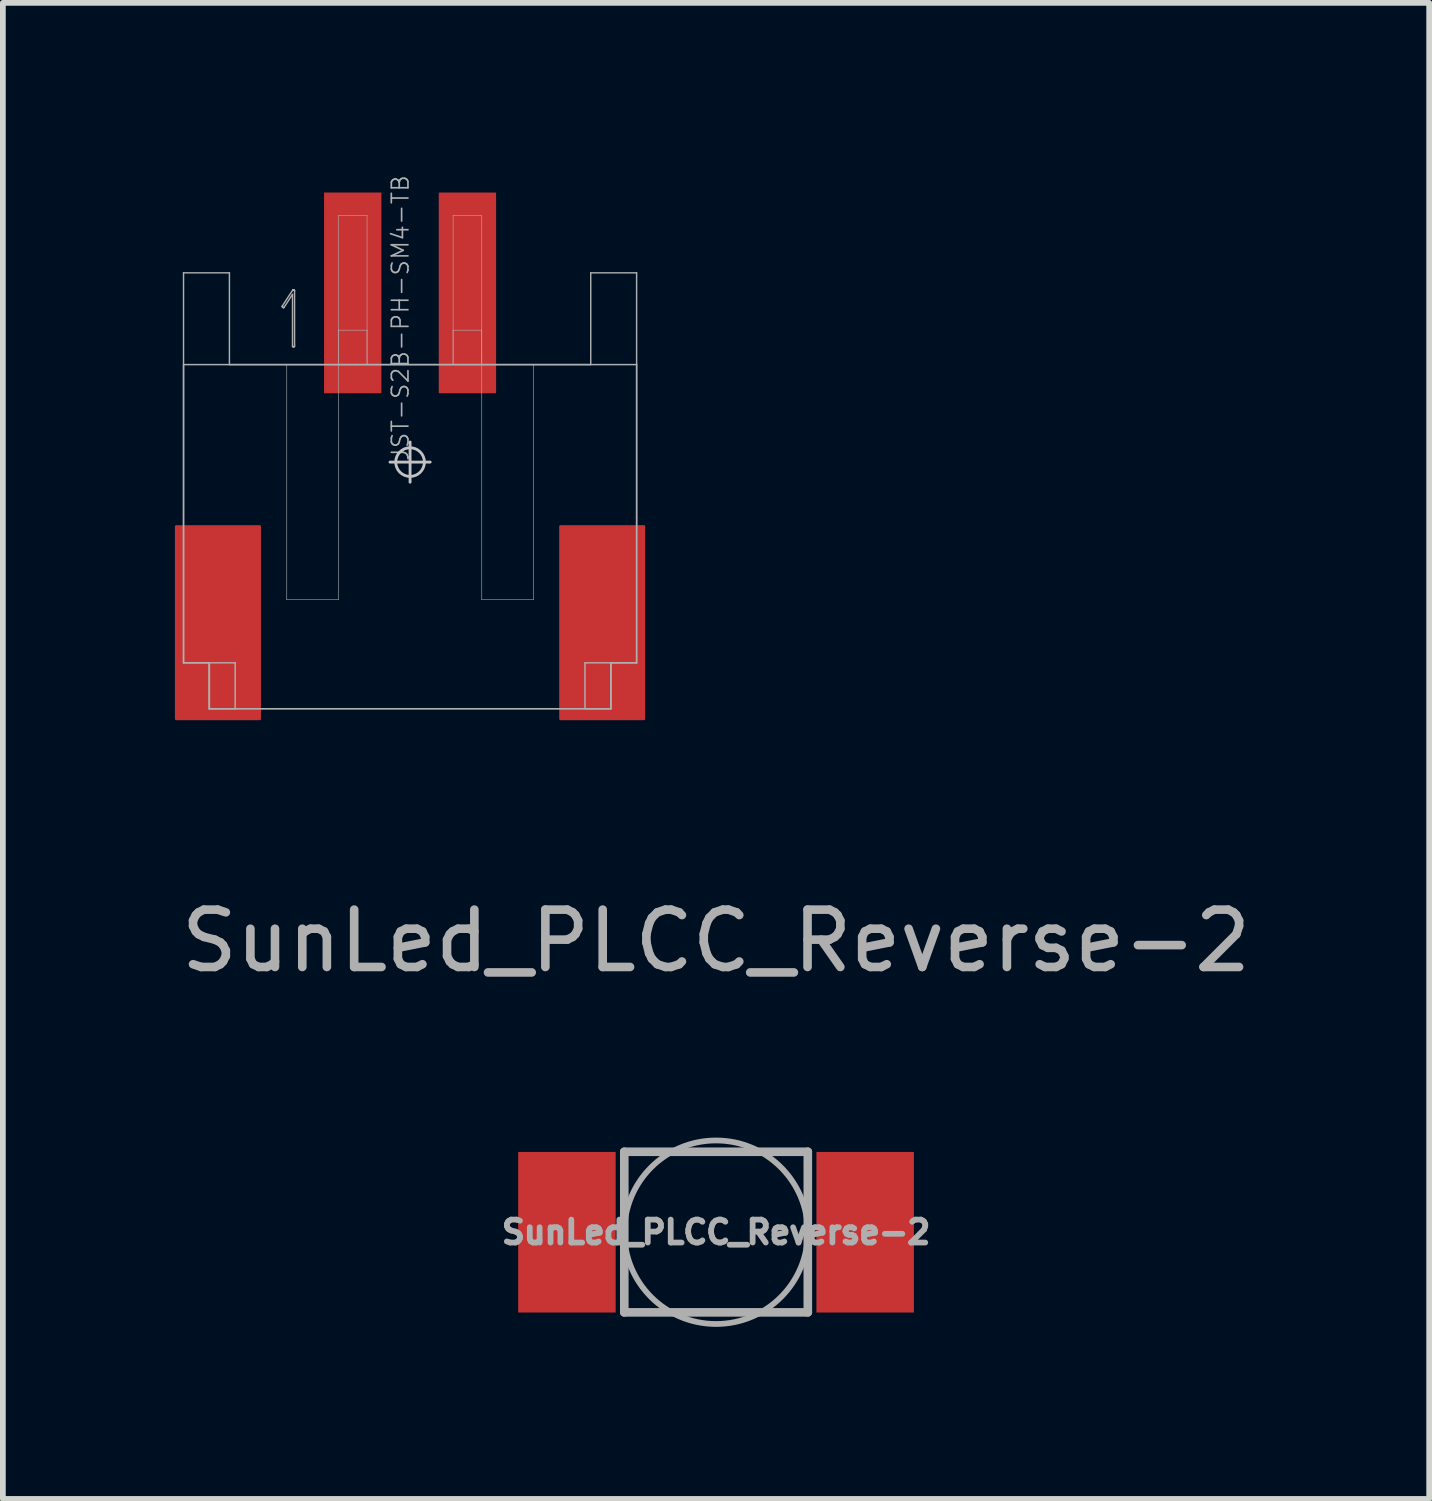
<source format=kicad_pcb>
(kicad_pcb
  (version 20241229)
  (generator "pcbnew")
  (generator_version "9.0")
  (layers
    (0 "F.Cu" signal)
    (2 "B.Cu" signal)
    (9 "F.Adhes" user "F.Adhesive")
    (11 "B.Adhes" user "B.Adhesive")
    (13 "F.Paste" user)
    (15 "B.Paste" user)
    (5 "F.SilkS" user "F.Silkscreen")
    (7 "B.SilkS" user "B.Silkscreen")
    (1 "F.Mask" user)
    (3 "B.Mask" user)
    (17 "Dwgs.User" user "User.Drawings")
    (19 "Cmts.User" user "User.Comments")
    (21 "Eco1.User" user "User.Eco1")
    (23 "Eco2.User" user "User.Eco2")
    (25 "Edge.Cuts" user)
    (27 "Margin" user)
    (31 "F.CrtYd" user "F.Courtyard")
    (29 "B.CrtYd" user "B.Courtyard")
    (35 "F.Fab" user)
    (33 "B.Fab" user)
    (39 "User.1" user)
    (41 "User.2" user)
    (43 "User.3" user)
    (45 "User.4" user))
  (footprint "SunLed_PLCC_Reverse-2"
    (layer "F.Cu")
    (at 9.435 18.435)
    (property "Reference" "SunLed_PLCC_Reverse-2" (at 0 -5.08 0) (layer "F.Fab") (effects (font (size 1 1) (thickness 0.15))))
    (attr smd)
    (fp_line (start -1.6 -1.403) (end -1.6 1.397) (stroke (width 0.15) (type solid)) (layer "F.Fab"))
    (fp_line (start -1.6 -1.403) (end 1.6 -1.403) (stroke (width 0.15) (type solid)) (layer "F.Fab"))
    (fp_line (start -1.6 1.397) (end 1.6 1.397) (stroke (width 0.15) (type solid)) (layer "F.Fab"))
    (fp_line (start 1.6 -1.403) (end 1.6 1.397) (stroke (width 0.15) (type solid)) (layer "F.Fab"))
    (fp_circle (center 0 0) (end 1.6 0) (stroke (width 0.1) (type solid)) (fill no) (layer "F.Fab"))
    (fp_text user "${REFERENCE}" (at 0 0 0) (layer "F.Fab") (effects (font (size 0.4 0.4) (thickness 0.1))))
    (pad "1" smd rect (at -2.6 0) (size 1.7 2.8) (layers "F.Cu" "F.Mask" "F.Paste"))
    (pad "2" smd rect (at 2.6 0) (size 1.7 2.8) (layers "F.Cu" "F.Mask" "F.Paste")))
  (footprint "JST-S2B-PH-SM4-TB"
    (layer "F.Cu")
    (at 4.1 5.007)
    (property "Reference" "JST-S2B-PH-SM4-TB" (at 0 0 90) (layer "F.Fab") (effects (font (size 0.29 0.29) (thickness 0.029)) (justify left bottom)))
    (attr through_hole)
    (fp_line (start 0 0.35) (end 0 -0.35) (stroke (width 0.05) (type solid)) (layer "Dwgs.User"))
    (fp_line (start 0.35 0) (end -0.35 0) (stroke (width 0.05) (type solid)) (layer "Dwgs.User"))
    (fp_circle (center 0 0) (end 0.25 0) (stroke (width 0.05) (type solid)) (fill no) (layer "Dwgs.User"))
    (fp_line (start -3.95 -3.3) (end -3.15 -3.3) (stroke (width 0.025) (type solid)) (layer "F.Fab"))
    (fp_line (start -3.95 -1.7) (end 3.95 -1.7) (stroke (width 0.025) (type solid)) (layer "F.Fab"))
    (fp_line (start -3.95 3.5) (end -3.95 -3.3) (stroke (width 0.025) (type solid)) (layer "F.Fab"))
    (fp_line (start -3.95 3.5) (end -3.95 -1.7) (stroke (width 0.025) (type solid)) (layer "F.Fab"))
    (fp_line (start -3.5 3.5) (end -3.95 3.5) (stroke (width 0.025) (type solid)) (layer "F.Fab"))
    (fp_line (start -3.5 3.5) (end -3.95 3.5) (stroke (width 0.025) (type solid)) (layer "F.Fab"))
    (fp_line (start -3.5 3.5) (end -3.5 4.3) (stroke (width 0.025) (type solid)) (layer "F.Fab"))
    (fp_line (start -3.5 4.3) (end -3.5 3.5) (stroke (width 0.025) (type solid)) (layer "F.Fab"))
    (fp_line (start -3.5 4.3) (end -3.5 3.5) (stroke (width 0.025) (type solid)) (layer "F.Fab"))
    (fp_line (start -3.5 4.3) (end -3.05 4.3) (stroke (width 0.025) (type solid)) (layer "F.Fab"))
    (fp_line (start -3.15 -3.3) (end -3.15 -1.7) (stroke (width 0.025) (type solid)) (layer "F.Fab"))
    (fp_line (start -3.15 -1.7) (end 3.15 -1.7) (stroke (width 0.025) (type solid)) (layer "F.Fab"))
    (fp_line (start -3.05 3.5) (end -3.5 3.5) (stroke (width 0.025) (type solid)) (layer "F.Fab"))
    (fp_line (start -3.05 4.3) (end -3.05 3.5) (stroke (width 0.025) (type solid)) (layer "F.Fab"))
    (fp_line (start -2.228 -2.717) (end -2.228 -2.71) (stroke (width 0.025) (type solid)) (layer "F.Fab"))
    (fp_line (start -2.228 -2.71) (end -2.225 -2.704) (stroke (width 0.025) (type solid)) (layer "F.Fab"))
    (fp_line (start -2.226 -2.724) (end -2.228 -2.717) (stroke (width 0.025) (type solid)) (layer "F.Fab"))
    (fp_line (start -2.225 -2.704) (end -2.22 -2.699) (stroke (width 0.025) (type solid)) (layer "F.Fab"))
    (fp_line (start -2.22 -2.699) (end -2.214 -2.695) (stroke (width 0.025) (type solid)) (layer "F.Fab"))
    (fp_line (start -2.214 -2.695) (end -2.208 -2.693) (stroke (width 0.025) (type solid)) (layer "F.Fab"))
    (fp_line (start -2.208 -2.693) (end -2.202 -2.694) (stroke (width 0.025) (type solid)) (layer "F.Fab"))
    (fp_line (start -2.202 -2.694) (end -2.197 -2.699) (stroke (width 0.025) (type solid)) (layer "F.Fab"))
    (fp_line (start -2.197 -2.699) (end -2.05 -2.924) (stroke (width 0.025) (type solid)) (layer "F.Fab"))
    (fp_line (start -2.15 -1.7) (end -2.15 2.4) (stroke (width 0.01) (type solid)) (layer "F.Fab"))
    (fp_line (start -2.15 2.4) (end -1.25 2.4) (stroke (width 0.01) (type solid)) (layer "F.Fab"))
    (fp_line (start -2.05 -2.924) (end -2.05 -2.026) (stroke (width 0.025) (type solid)) (layer "F.Fab"))
    (fp_line (start -2.05 -2.026) (end -2.049 -2.019) (stroke (width 0.025) (type solid)) (layer "F.Fab"))
    (fp_line (start -2.049 -2.019) (end -2.044 -2.013) (stroke (width 0.025) (type solid)) (layer "F.Fab"))
    (fp_line (start -2.047 -2.998) (end -2.226 -2.724) (stroke (width 0.025) (type solid)) (layer "F.Fab"))
    (fp_line (start -2.044 -2.013) (end -2.038 -2.01) (stroke (width 0.025) (type solid)) (layer "F.Fab"))
    (fp_line (start -2.043 -3.002) (end -2.047 -2.998) (stroke (width 0.025) (type solid)) (layer "F.Fab"))
    (fp_line (start -2.039 -3.004) (end -2.043 -3.002) (stroke (width 0.025) (type solid)) (layer "F.Fab"))
    (fp_line (start -2.038 -2.01) (end -2.033 -2.009) (stroke (width 0.025) (type solid)) (layer "F.Fab"))
    (fp_line (start -2.035 -3.004) (end -2.039 -3.004) (stroke (width 0.025) (type solid)) (layer "F.Fab"))
    (fp_line (start -2.033 -2.009) (end -2.026 -2.01) (stroke (width 0.025) (type solid)) (layer "F.Fab"))
    (fp_line (start -2.03 -3.002) (end -2.035 -3.004) (stroke (width 0.025) (type solid)) (layer "F.Fab"))
    (fp_line (start -2.026 -2.01) (end -2.02 -2.013) (stroke (width 0.025) (type solid)) (layer "F.Fab"))
    (fp_line (start -2.023 -3.001) (end -2.03 -3.002) (stroke (width 0.025) (type solid)) (layer "F.Fab"))
    (fp_line (start -2.02 -2.013) (end -2.015 -2.019) (stroke (width 0.025) (type solid)) (layer "F.Fab"))
    (fp_line (start -2.018 -2.998) (end -2.023 -3.001) (stroke (width 0.025) (type solid)) (layer "F.Fab"))
    (fp_line (start -2.015 -2.993) (end -2.018 -2.998) (stroke (width 0.025) (type solid)) (layer "F.Fab"))
    (fp_line (start -2.015 -2.019) (end -2.014 -2.026) (stroke (width 0.025) (type solid)) (layer "F.Fab"))
    (fp_line (start -2.014 -2.986) (end -2.015 -2.993) (stroke (width 0.025) (type solid)) (layer "F.Fab"))
    (fp_line (start -2.014 -2.026) (end -2.014 -2.986) (stroke (width 0.025) (type solid)) (layer "F.Fab"))
    (fp_line (start -1.25 -4.3) (end -1.25 -1.7) (stroke (width 0.01) (type solid)) (layer "F.Fab"))
    (fp_line (start -1.25 -2.3) (end -1.25 -1.7) (stroke (width 0.01) (type solid)) (layer "F.Fab"))
    (fp_line (start -1.25 -1.7) (end -2.15 -1.7) (stroke (width 0.01) (type solid)) (layer "F.Fab"))
    (fp_line (start -1.25 -1.7) (end -0.75 -1.7) (stroke (width 0.01) (type solid)) (layer "F.Fab"))
    (fp_line (start -1.25 -1.7) (end -0.75 -1.7) (stroke (width 0.01) (type solid)) (layer "F.Fab"))
    (fp_line (start -1.25 2.4) (end -1.25 -1.7) (stroke (width 0.01) (type solid)) (layer "F.Fab"))
    (fp_line (start -0.75 -4.3) (end -1.25 -4.3) (stroke (width 0.01) (type solid)) (layer "F.Fab"))
    (fp_line (start -0.75 -2.3) (end -1.25 -2.3) (stroke (width 0.01) (type solid)) (layer "F.Fab"))
    (fp_line (start -0.75 -1.7) (end -0.75 -4.3) (stroke (width 0.01) (type solid)) (layer "F.Fab"))
    (fp_line (start -0.75 -1.7) (end -0.75 -2.3) (stroke (width 0.01) (type solid)) (layer "F.Fab"))
    (fp_line (start 0.75 -4.3) (end 0.75 -1.7) (stroke (width 0.01) (type solid)) (layer "F.Fab"))
    (fp_line (start 0.75 -2.3) (end 0.75 -1.7) (stroke (width 0.01) (type solid)) (layer "F.Fab"))
    (fp_line (start 0.75 -1.7) (end 1.25 -1.7) (stroke (width 0.01) (type solid)) (layer "F.Fab"))
    (fp_line (start 0.75 -1.7) (end 1.25 -1.7) (stroke (width 0.01) (type solid)) (layer "F.Fab"))
    (fp_line (start 1.25 -4.3) (end 0.75 -4.3) (stroke (width 0.01) (type solid)) (layer "F.Fab"))
    (fp_line (start 1.25 -2.3) (end 0.75 -2.3) (stroke (width 0.01) (type solid)) (layer "F.Fab"))
    (fp_line (start 1.25 -1.7) (end 1.25 -4.3) (stroke (width 0.01) (type solid)) (layer "F.Fab"))
    (fp_line (start 1.25 -1.7) (end 1.25 -2.3) (stroke (width 0.01) (type solid)) (layer "F.Fab"))
    (fp_line (start 1.25 -1.7) (end 1.25 2.4) (stroke (width 0.01) (type solid)) (layer "F.Fab"))
    (fp_line (start 1.25 2.4) (end 2.15 2.4) (stroke (width 0.01) (type solid)) (layer "F.Fab"))
    (fp_line (start 2.15 -1.7) (end 1.25 -1.7) (stroke (width 0.01) (type solid)) (layer "F.Fab"))
    (fp_line (start 2.15 2.4) (end 2.15 -1.7) (stroke (width 0.01) (type solid)) (layer "F.Fab"))
    (fp_line (start 3.05 3.5) (end 3.05 4.3) (stroke (width 0.025) (type solid)) (layer "F.Fab"))
    (fp_line (start 3.05 4.3) (end 3.5 4.3) (stroke (width 0.025) (type solid)) (layer "F.Fab"))
    (fp_line (start 3.15 -3.3) (end 3.95 -3.3) (stroke (width 0.025) (type solid)) (layer "F.Fab"))
    (fp_line (start 3.15 -1.7) (end 3.15 -3.3) (stroke (width 0.025) (type solid)) (layer "F.Fab"))
    (fp_line (start 3.5 3.5) (end 3.05 3.5) (stroke (width 0.025) (type solid)) (layer "F.Fab"))
    (fp_line (start 3.5 3.5) (end 3.5 4.3) (stroke (width 0.025) (type solid)) (layer "F.Fab"))
    (fp_line (start 3.5 3.5) (end 3.5 4.3) (stroke (width 0.025) (type solid)) (layer "F.Fab"))
    (fp_line (start 3.5 4.3) (end -3.5 4.3) (stroke (width 0.025) (type solid)) (layer "F.Fab"))
    (fp_line (start 3.5 4.3) (end -3.5 4.3) (stroke (width 0.025) (type solid)) (layer "F.Fab"))
    (fp_line (start 3.5 4.3) (end 3.5 3.5) (stroke (width 0.025) (type solid)) (layer "F.Fab"))
    (fp_line (start 3.95 -3.3) (end 3.95 3.5) (stroke (width 0.025) (type solid)) (layer "F.Fab"))
    (fp_line (start 3.95 -1.7) (end 3.95 3.5) (stroke (width 0.025) (type solid)) (layer "F.Fab"))
    (fp_line (start 3.95 3.5) (end 3.5 3.5) (stroke (width 0.025) (type solid)) (layer "F.Fab"))
    (fp_line (start 3.95 3.5) (end 3.5 3.5) (stroke (width 0.025) (type solid)) (layer "F.Fab"))
    (pad "1" smd rect (at -1 -2.95) (size 1 3.5) (layers "F.Cu" "F.Mask" "F.Paste"))
    (pad "2" smd roundrect (at 1 -2.95) (size 1 3.5) (layers "F.Cu" "F.Mask" "F.Paste") (roundrect_rratio 0.015))
    (pad "3" smd roundrect (at 3.35 2.8) (size 1.5 3.4) (layers "F.Cu" "F.Mask" "F.Paste") (roundrect_rratio 0.015))
    (pad "4" smd roundrect (at -3.35 2.8) (size 1.5 3.4) (layers "F.Cu" "F.Mask" "F.Paste") (roundrect_rratio 0.015)))
  (gr_rect
    (start -3 -3)
    (end 21.869 23.085)
    (stroke (width 0.1) (type default))
    (fill no)
    (layer "Edge.Cuts")))
</source>
